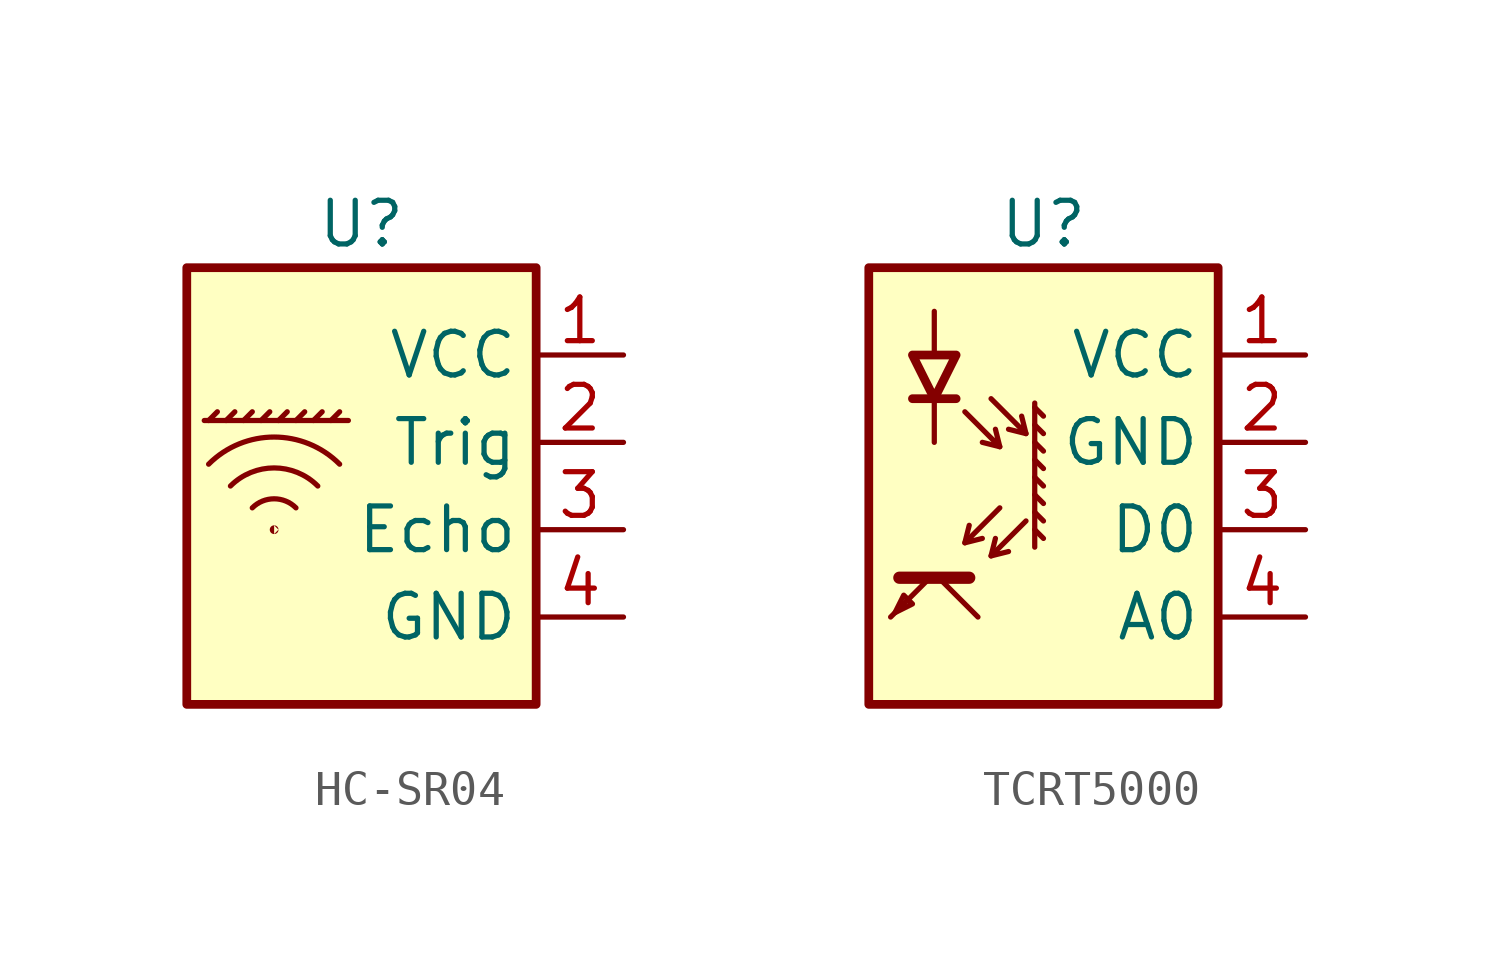
<source format=kicad_sym>
(kicad_symbol_lib
  (version 20231120)
  (generator "kicad_symbol_editor")
  (generator_version "8.0")
  (symbol "HC-SR04"
    (property "Reference" "U"
      (at 0 0 0)
      (effects (font (size 1.27 1.27))))
    (property "Value" ""
      (at 0 0 0)
      (effects (font (size 1.27 1.27))))
    (symbol "HC-SR04_0_1"
      (arc (start -1.905 -8.255) (mid -2.54 -7.992) (end -3.175 -8.255) (stroke (width 0) (type default)) (fill (type none)))
      (arc (start -1.27 -7.62) (mid -2.54 -7.0939) (end -3.81 -7.62) (stroke (width 0) (type default)) (fill (type none)))
      (arc (start -0.635 -6.985) (mid -2.54 -6.1959) (end -4.445 -6.985) (stroke (width 0) (type default)) (fill (type none)))
      (polyline (pts (xy -4.445 -5.715) (xy -4.191 -5.461)) (stroke (width 0) (type default)) (fill (type none)))
      (polyline (pts (xy -3.937 -5.715) (xy -3.683 -5.461)) (stroke (width 0) (type default)) (fill (type none)))
      (polyline (pts (xy -3.429 -5.715) (xy -3.175 -5.461)) (stroke (width 0) (type default)) (fill (type none)))
      (polyline (pts (xy -2.921 -5.715) (xy -2.667 -5.461)) (stroke (width 0) (type default)) (fill (type none)))
      (polyline (pts (xy -2.413 -5.715) (xy -2.159 -5.461)) (stroke (width 0) (type default)) (fill (type none)))
      (polyline (pts (xy -1.905 -5.715) (xy -1.651 -5.461)) (stroke (width 0) (type default)) (fill (type none)))
      (polyline (pts (xy -1.397 -5.715) (xy -1.143 -5.461)) (stroke (width 0) (type default)) (fill (type none)))
      (polyline (pts (xy -0.889 -5.715) (xy -0.635 -5.461)) (stroke (width 0) (type default)) (fill (type none)))
      (polyline (pts (xy -0.381 -5.715) (xy -4.572 -5.715)) (stroke (width 0) (type default)) (fill (type none))))
    (symbol "HC-SR04_1_1"
      (rectangle (start -5.08 -1.27) (end 5.08 -13.97) (stroke (width 0.254) (type default) (color 132 0 0 1)) (fill (type background)))
      (circle (center -2.54 -8.89) (radius 0.0001) (stroke (width 0.254) (type default) (color 132 0 0 1)) (fill (type outline)))
      (pin power_in line (at 7.62 -3.81 180) (length 2.54) (name "VCC" (effects (font (size 1.27 1.27)))) (number "1" (effects (font (size 1.27 1.27)))))
      (pin input line (at 7.62 -6.35 180) (length 2.54) (name "Trig" (effects (font (size 1.27 1.27)))) (number "2" (effects (font (size 1.27 1.27)))))
      (pin output line (at 7.62 -8.89 180) (length 2.54) (name "Echo" (effects (font (size 1.27 1.27)))) (number "3" (effects (font (size 1.27 1.27)))))
      (pin power_in line (at 7.62 -11.43 180) (length 2.54) (name "GND" (effects (font (size 1.27 1.27)))) (number "4" (effects (font (size 1.27 1.27)))))))
  (symbol "TCRT5000"
    (property "Reference" "U"
      (at 0 0 0)
      (effects (font (size 1.27 1.27))))
    (property "Value" ""
      (at 0 0 0)
      (effects (font (size 1.27 1.27))))
    (symbol "TCRT5000_0_1"
      (polyline (pts (xy -3.81 -5.08) (xy -2.54 -5.08)) (stroke (width 0.254) (type default)) (fill (type none)))
      (polyline (pts (xy -3.302 -10.287) (xy -4.445 -11.43)) (stroke (width 0) (type default)) (fill (type none)))
      (polyline (pts (xy -3.175 -6.35) (xy -3.175 -5.08)) (stroke (width 0) (type default)) (fill (type none)))
      (polyline (pts (xy -3.175 -3.81) (xy -3.175 -2.54)) (stroke (width 0) (type default)) (fill (type none)))
      (polyline (pts (xy -3.048 -10.287) (xy -1.905 -11.43)) (stroke (width 0) (type default)) (fill (type none)))
      (polyline (pts (xy -2.286 -9.271) (xy -2.159 -8.763)) (stroke (width 0) (type default)) (fill (type none)))
      (polyline (pts (xy -1.524 -9.652) (xy -1.397 -9.144)) (stroke (width 0) (type default)) (fill (type none)))
      (polyline (pts (xy -1.27 -6.477) (xy -1.778 -6.35)) (stroke (width 0) (type default)) (fill (type none)))
      (polyline (pts (xy -0.508 -6.096) (xy -1.016 -5.969)) (stroke (width 0) (type default)) (fill (type none)))
      (polyline (pts (xy -0.254 -9.398) (xy -0.254 -5.207)) (stroke (width 0) (type default)) (fill (type none)))
      (polyline (pts (xy -0.254 -8.89) (xy 0 -9.144)) (stroke (width 0) (type default)) (fill (type none)))
      (polyline (pts (xy -0.254 -8.382) (xy 0 -8.636)) (stroke (width 0) (type default)) (fill (type none)))
      (polyline (pts (xy -0.254 -7.874) (xy 0 -8.128)) (stroke (width 0) (type default)) (fill (type none)))
      (polyline (pts (xy -0.254 -7.366) (xy 0 -7.62)) (stroke (width 0) (type default)) (fill (type none)))
      (polyline (pts (xy -0.254 -6.858) (xy 0 -7.112)) (stroke (width 0) (type default)) (fill (type none)))
      (polyline (pts (xy -0.254 -6.35) (xy 0 -6.604)) (stroke (width 0) (type default)) (fill (type none)))
      (polyline (pts (xy -0.254 -5.842) (xy 0 -6.096)) (stroke (width 0) (type default)) (fill (type none)))
      (polyline (pts (xy -0.254 -5.334) (xy 0 -5.588)) (stroke (width 0) (type default)) (fill (type none)))
      (polyline (pts (xy -2.286 -5.461) (xy -1.27 -6.477) (xy -1.397 -5.969)) (stroke (width 0) (type default)) (fill (type none)))
      (polyline (pts (xy -2.159 -10.287) (xy -4.191 -10.287) (xy -4.191 -10.287)) (stroke (width 0.356) (type default)) (fill (type none)))
      (polyline (pts (xy -1.524 -5.08) (xy -0.508 -6.096) (xy -0.635 -5.588)) (stroke (width 0) (type default)) (fill (type none)))
      (polyline (pts (xy -1.27 -8.255) (xy -2.286 -9.271) (xy -1.778 -9.144)) (stroke (width 0) (type default)) (fill (type none)))
      (polyline (pts (xy -0.508 -8.636) (xy -1.524 -9.652) (xy -1.016 -9.525)) (stroke (width 0) (type default)) (fill (type none)))
      (polyline (pts (xy -4.318 -11.303) (xy -3.81 -11.049) (xy -4.064 -10.795) (xy -4.318 -11.303)) (stroke (width 0) (type default)) (fill (type none)))
      (polyline (pts (xy -3.175 -5.08) (xy -3.81 -3.81) (xy -2.54 -3.81) (xy -3.175 -5.08)) (stroke (width 0.254) (type default)) (fill (type none))))
    (symbol "TCRT5000_1_1"
      (rectangle (start -5.08 -1.27) (end 5.08 -13.97) (stroke (width 0.254) (type default)) (fill (type background)))
      (pin power_in line (at 7.62 -3.81 180) (length 2.54) (name "VCC" (effects (font (size 1.27 1.27)))) (number "1" (effects (font (size 1.27 1.27)))))
      (pin power_in line (at 7.62 -6.35 180) (length 2.54) (name "GND" (effects (font (size 1.27 1.27)))) (number "2" (effects (font (size 1.27 1.27)))))
      (pin output line (at 7.62 -8.89 180) (length 2.54) (name "D0" (effects (font (size 1.27 1.27)))) (number "3" (effects (font (size 1.27 1.27)))))
      (pin output line (at 7.62 -11.43 180) (length 2.54) (name "A0" (effects (font (size 1.27 1.27)))) (number "4" (effects (font (size 1.27 1.27))))))))
</source>
